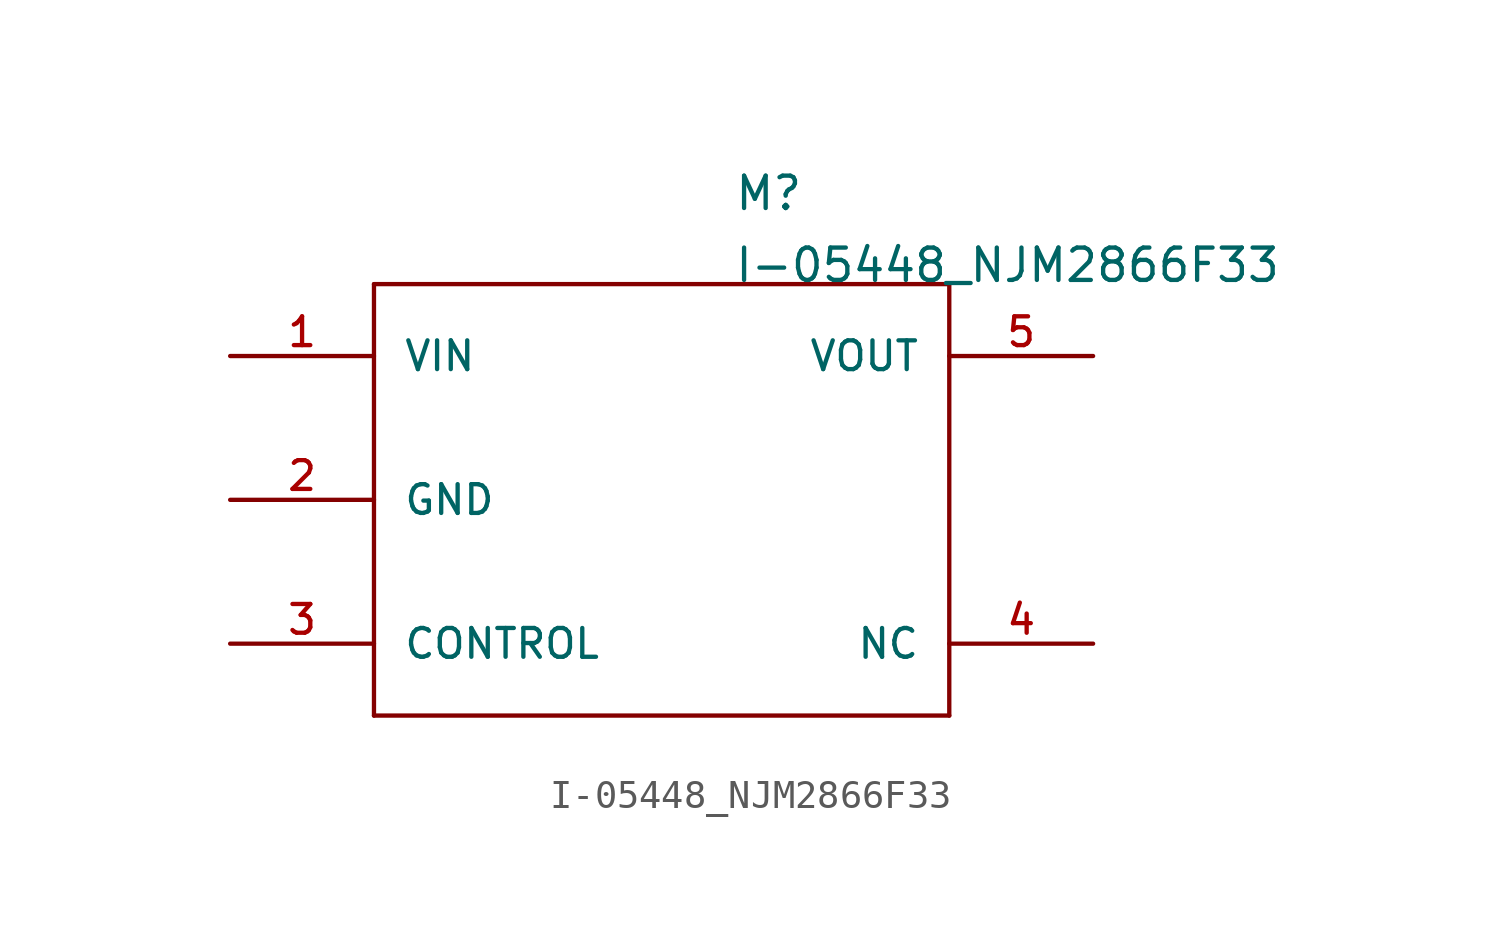
<source format=kicad_sym>
(kicad_symbol_lib
  (version 20211014)
  (generator kicad_symbol_editor)
  (symbol "I-05448_NJM2866F33"
    (pin_names
      (offset 1.016))
    (property "Reference" "M"
      (at 10.16 12.7 0)
      (effects (font (size 1.143 1.143)) (justify left bottom)))
    (property "Value" "I-05448_NJM2866F33"
      (at 10.16 10.16 0)
      (effects (font (size 1.143 1.143)) (justify left bottom)))
    (property "ki_locked" ""
      (at 0 0 0)
      (effects (font (size 1.27 1.27))))
    (symbol "I-05448_NJM2866F33_1_0"
      (polyline (pts (xy -2.54 -5.08) (xy -2.54 10.16)) (stroke (width 0) (type default) (color 0 0 0 0)) (fill (type none)))
      (polyline (pts (xy -2.54 10.16) (xy 17.78 10.16)) (stroke (width 0) (type default) (color 0 0 0 0)) (fill (type none)))
      (polyline (pts (xy 17.78 -5.08) (xy -2.54 -5.08)) (stroke (width 0) (type default) (color 0 0 0 0)) (fill (type none)))
      (polyline (pts (xy 17.78 10.16) (xy 17.78 -5.08)) (stroke (width 0) (type default) (color 0 0 0 0)) (fill (type none))))
    (symbol "I-05448_NJM2866F33_1_1"
      (pin bidirectional line (at -7.62 7.62 0) (length 5.08) (name "VIN" (effects (font (size 1.016 1.016)))) (number "1" (effects (font (size 1.016 1.016)))))
      (pin bidirectional line (at -7.62 2.54 0) (length 5.08) (name "GND" (effects (font (size 1.016 1.016)))) (number "2" (effects (font (size 1.016 1.016)))))
      (pin bidirectional line (at -7.62 -2.54 0) (length 5.08) (name "CONTROL" (effects (font (size 1.016 1.016)))) (number "3" (effects (font (size 1.016 1.016)))))
      (pin bidirectional line (at 22.86 -2.54 180) (length 5.08) (name "NC" (effects (font (size 1.016 1.016)))) (number "4" (effects (font (size 1.016 1.016)))))
      (pin bidirectional line (at 22.86 7.62 180) (length 5.08) (name "VOUT" (effects (font (size 1.016 1.016)))) (number "5" (effects (font (size 1.016 1.016))))))))
</source>
